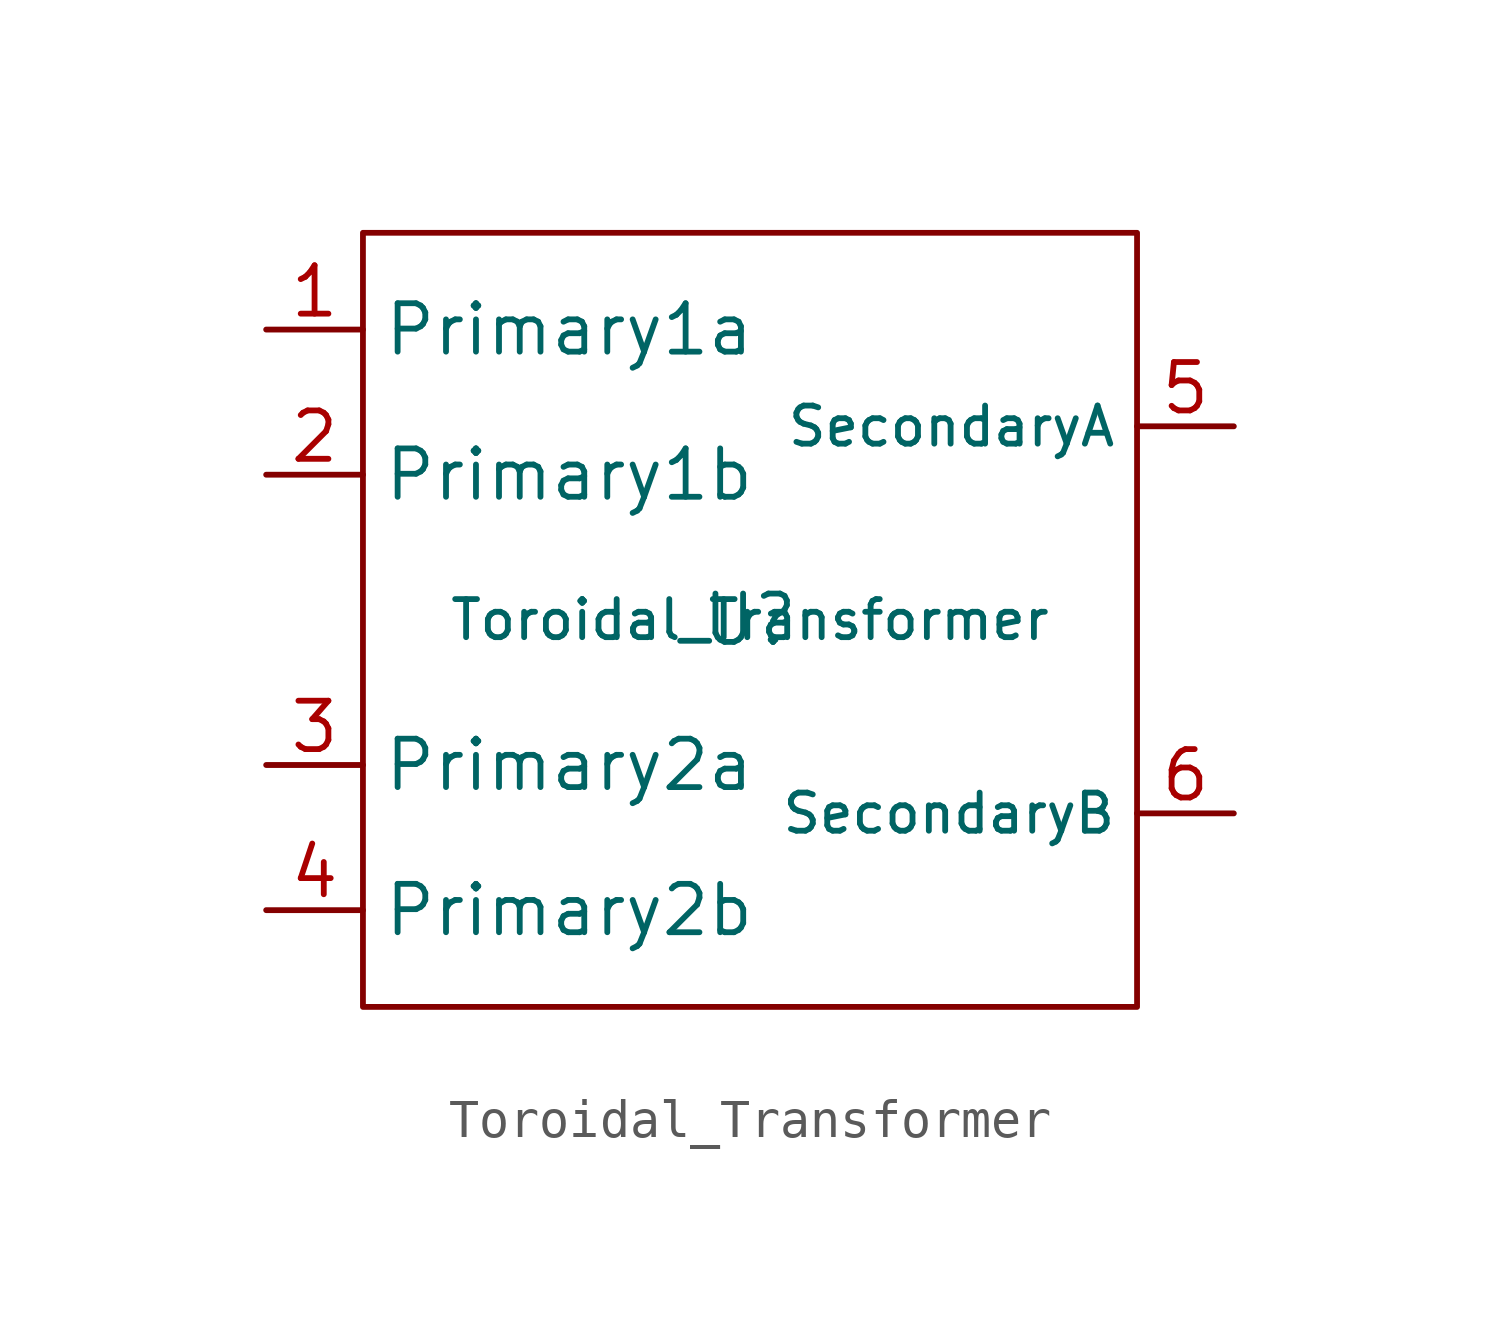
<source format=kicad_sym>
(kicad_symbol_lib
  (version 20211014)
  (generator kicad_symbol_editor)
  (symbol "Toroidal_Transformer"
    (property "Reference" "U"
      (at 0 0 0)
      (effects (font (size 1.27 1.27))))
    (property "Value" "Toroidal_Transformer"
      (at 0 0 0)
      (effects (font (size 1 1))))
    (symbol "Toroidal_Transformer_0_1"
      (rectangle (start -10.16 10.16) (end 10.16 -10.16) (stroke (width 0.152) (type default) (color 0 0 0 0)) (fill (type none))))
    (symbol "Toroidal_Transformer_1_1"
      (pin input line (at -12.7 7.62 0) (length 2.54) (name "Primary1a" (effects (font (size 1.27 1.27)))) (number "1" (effects (font (size 1.27 1.27)))))
      (pin input line (at -12.7 3.81 0) (length 2.54) (name "Primary1b" (effects (font (size 1.27 1.27)))) (number "2" (effects (font (size 1.27 1.27)))))
      (pin input line (at -12.7 -3.81 0) (length 2.54) (name "Primary2a" (effects (font (size 1.27 1.27)))) (number "3" (effects (font (size 1.27 1.27)))))
      (pin input line (at -12.7 -7.62 0) (length 2.54) (name "Primary2b" (effects (font (size 1.27 1.27)))) (number "4" (effects (font (size 1.27 1.27)))))
      (pin output line (at 12.7 5.08 180) (length 2.54) (name "SecondaryA" (effects (font (size 1 1)))) (number "5" (effects (font (size 1.27 1.27)))))
      (pin bidirectional line (at 12.7 -5.08 180) (length 2.54) (name "SecondaryB" (effects (font (size 1 1)))) (number "6" (effects (font (size 1.27 1.27))))))))
</source>
